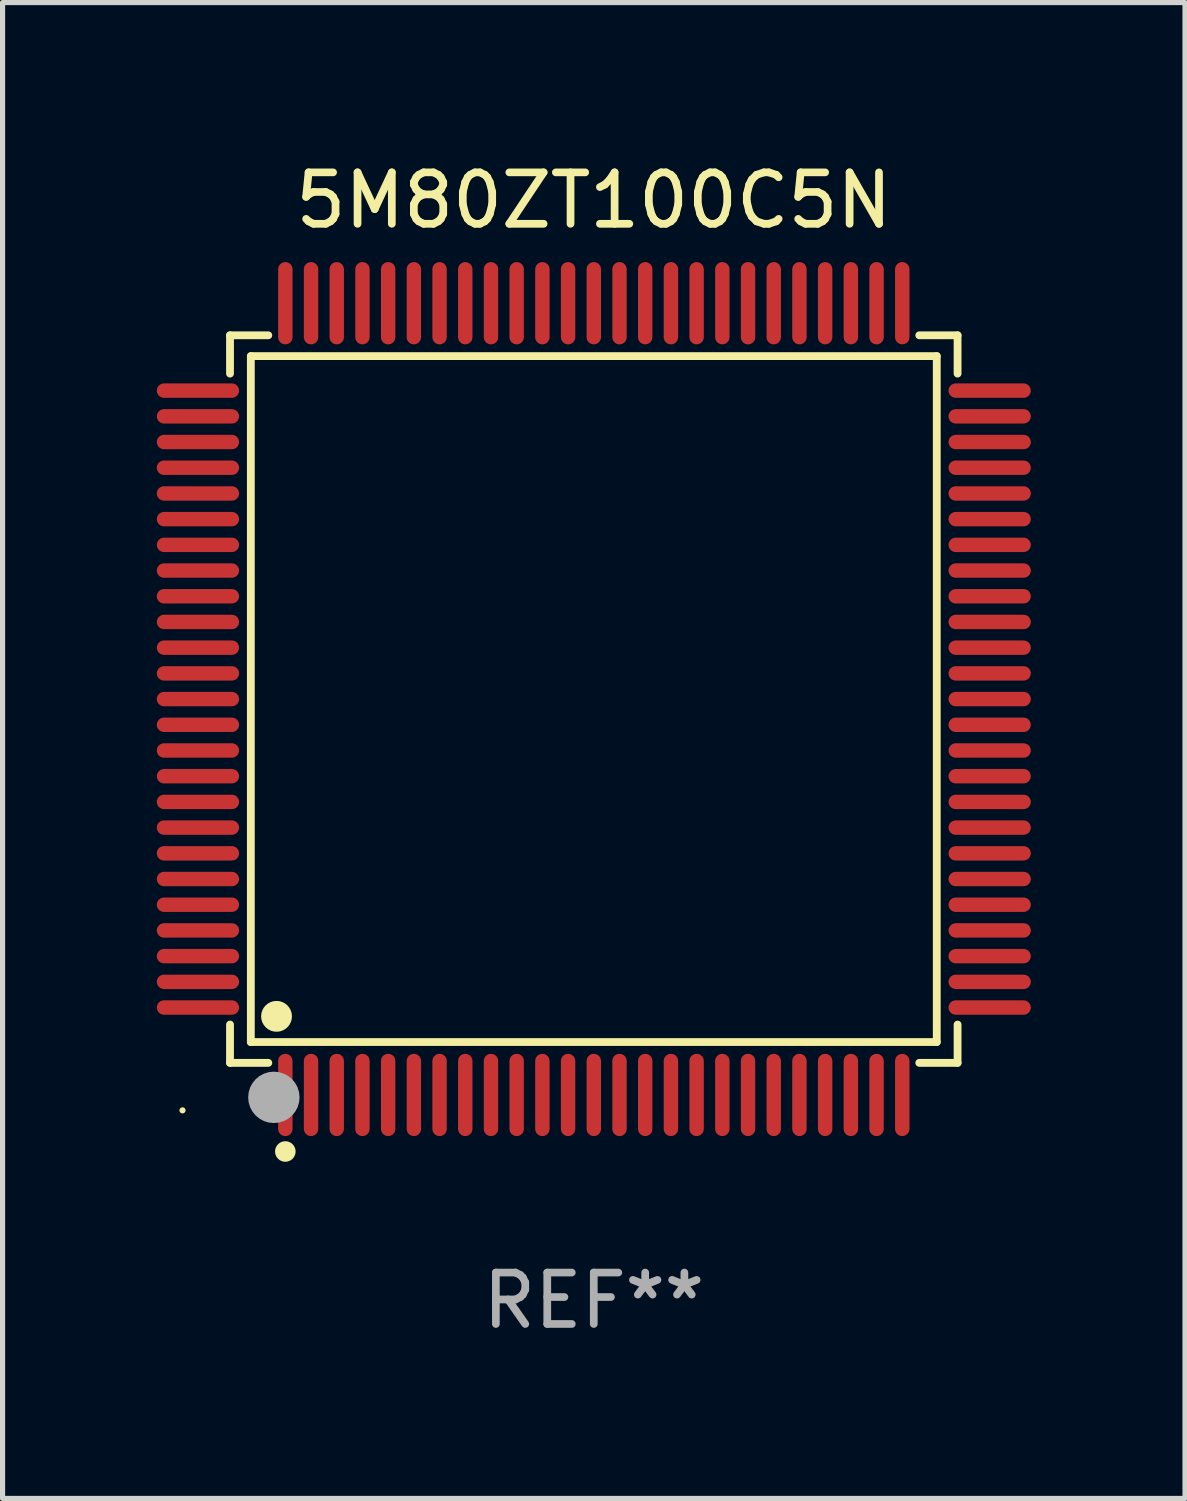
<source format=kicad_pcb>
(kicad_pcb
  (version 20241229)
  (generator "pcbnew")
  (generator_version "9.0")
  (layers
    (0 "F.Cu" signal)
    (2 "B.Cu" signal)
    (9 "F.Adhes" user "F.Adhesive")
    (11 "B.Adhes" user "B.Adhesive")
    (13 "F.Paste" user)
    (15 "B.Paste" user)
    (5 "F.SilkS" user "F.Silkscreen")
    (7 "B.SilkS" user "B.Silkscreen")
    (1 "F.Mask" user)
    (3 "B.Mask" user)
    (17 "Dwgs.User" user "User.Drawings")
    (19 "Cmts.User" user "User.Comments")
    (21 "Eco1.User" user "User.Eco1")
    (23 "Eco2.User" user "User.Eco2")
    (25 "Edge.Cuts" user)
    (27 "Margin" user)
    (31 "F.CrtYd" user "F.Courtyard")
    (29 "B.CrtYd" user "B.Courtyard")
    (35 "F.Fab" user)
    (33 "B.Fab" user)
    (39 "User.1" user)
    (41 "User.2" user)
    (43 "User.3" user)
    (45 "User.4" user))
  (footprint "5M80ZT100C5N"
    (layer "F.Cu")
    (at 8.5 10.548)
    (property "Reference" "5M80ZT100C5N" (at 0 -9.7 0) (layer "F.SilkS") (effects (font (size 1 1) (thickness 0.15))))
    (attr through_hole)
    (fp_line (start -7.076 -7.076) (end -6.331 -7.076) (stroke (width 0.152) (type solid)) (layer "F.SilkS"))
    (fp_line (start -7.076 -6.331) (end -7.076 -7.076) (stroke (width 0.152) (type solid)) (layer "F.SilkS"))
    (fp_line (start -7.076 6.331) (end -7.076 7.076) (stroke (width 0.152) (type solid)) (layer "F.SilkS"))
    (fp_line (start -7.076 7.076) (end -6.331 7.076) (stroke (width 0.152) (type solid)) (layer "F.SilkS"))
    (fp_line (start -6.671 -6.671) (end 6.671 -6.671) (stroke (width 0.152) (type solid)) (layer "F.SilkS"))
    (fp_line (start -6.671 6.671) (end -6.671 -6.671) (stroke (width 0.152) (type solid)) (layer "F.SilkS"))
    (fp_line (start 6.671 -6.671) (end 6.671 6.671) (stroke (width 0.152) (type solid)) (layer "F.SilkS"))
    (fp_line (start 6.671 6.671) (end -6.671 6.671) (stroke (width 0.152) (type solid)) (layer "F.SilkS"))
    (fp_line (start 7.076 -7.076) (end 6.331 -7.076) (stroke (width 0.152) (type solid)) (layer "F.SilkS"))
    (fp_line (start 7.076 -6.331) (end 7.076 -7.076) (stroke (width 0.152) (type solid)) (layer "F.SilkS"))
    (fp_line (start 7.076 6.331) (end 7.076 7.076) (stroke (width 0.152) (type solid)) (layer "F.SilkS"))
    (fp_line (start 7.076 7.076) (end 6.331 7.076) (stroke (width 0.152) (type solid)) (layer "F.SilkS"))
    (fp_circle (center -8 8) (end -7.97 8) (stroke (width 0.06) (type solid)) (fill no) (layer "F.SilkS"))
    (fp_circle (center -6.171 6.171) (end -6.021 6.171) (stroke (width 0.3) (type solid)) (fill no) (layer "F.SilkS"))
    (fp_circle (center -6 8.8) (end -5.9 8.8) (stroke (width 0.2) (type solid)) (fill no) (layer "F.SilkS"))
    (fp_circle (center -6.223 7.747) (end -5.973 7.747) (stroke (width 0.5) (type solid)) (fill no) (layer "F.Fab"))
    (fp_text user "REF**" (at 0 11.7 0) (layer "F.Fab") (effects (font (size 1 1) (thickness 0.15))))
    (pad "1" smd oval (at -6 7.7) (size 0.28 1.6) (layers "F.Cu" "F.Mask" "F.Paste"))
    (pad "2" smd oval (at -5.5 7.7) (size 0.28 1.6) (layers "F.Cu" "F.Mask" "F.Paste"))
    (pad "3" smd oval (at -5 7.7) (size 0.28 1.6) (layers "F.Cu" "F.Mask" "F.Paste"))
    (pad "4" smd oval (at -4.5 7.7) (size 0.28 1.6) (layers "F.Cu" "F.Mask" "F.Paste"))
    (pad "5" smd oval (at -4 7.7) (size 0.28 1.6) (layers "F.Cu" "F.Mask" "F.Paste"))
    (pad "6" smd oval (at -3.5 7.7) (size 0.28 1.6) (layers "F.Cu" "F.Mask" "F.Paste"))
    (pad "7" smd oval (at -3 7.7) (size 0.28 1.6) (layers "F.Cu" "F.Mask" "F.Paste"))
    (pad "8" smd oval (at -2.5 7.7) (size 0.28 1.6) (layers "F.Cu" "F.Mask" "F.Paste"))
    (pad "9" smd oval (at -2 7.7) (size 0.28 1.6) (layers "F.Cu" "F.Mask" "F.Paste"))
    (pad "10" smd oval (at -1.5 7.7) (size 0.28 1.6) (layers "F.Cu" "F.Mask" "F.Paste"))
    (pad "11" smd oval (at -1 7.7) (size 0.28 1.6) (layers "F.Cu" "F.Mask" "F.Paste"))
    (pad "12" smd oval (at -0.5 7.7) (size 0.28 1.6) (layers "F.Cu" "F.Mask" "F.Paste"))
    (pad "13" smd oval (at 0 7.7) (size 0.28 1.6) (layers "F.Cu" "F.Mask" "F.Paste"))
    (pad "14" smd oval (at 0.5 7.7) (size 0.28 1.6) (layers "F.Cu" "F.Mask" "F.Paste"))
    (pad "15" smd oval (at 1 7.7) (size 0.28 1.6) (layers "F.Cu" "F.Mask" "F.Paste"))
    (pad "16" smd oval (at 1.5 7.7) (size 0.28 1.6) (layers "F.Cu" "F.Mask" "F.Paste"))
    (pad "17" smd oval (at 2 7.7) (size 0.28 1.6) (layers "F.Cu" "F.Mask" "F.Paste"))
    (pad "18" smd oval (at 2.5 7.7) (size 0.28 1.6) (layers "F.Cu" "F.Mask" "F.Paste"))
    (pad "19" smd oval (at 3 7.7) (size 0.28 1.6) (layers "F.Cu" "F.Mask" "F.Paste"))
    (pad "20" smd oval (at 3.5 7.7) (size 0.28 1.6) (layers "F.Cu" "F.Mask" "F.Paste"))
    (pad "21" smd oval (at 4 7.7) (size 0.28 1.6) (layers "F.Cu" "F.Mask" "F.Paste"))
    (pad "22" smd oval (at 4.5 7.7) (size 0.28 1.6) (layers "F.Cu" "F.Mask" "F.Paste"))
    (pad "23" smd oval (at 5 7.7) (size 0.28 1.6) (layers "F.Cu" "F.Mask" "F.Paste"))
    (pad "24" smd oval (at 5.5 7.7) (size 0.28 1.6) (layers "F.Cu" "F.Mask" "F.Paste"))
    (pad "25" smd oval (at 6 7.7) (size 0.28 1.6) (layers "F.Cu" "F.Mask" "F.Paste"))
    (pad "26" smd oval (at 7.7 6) (size 1.6 0.28) (layers "F.Cu" "F.Mask" "F.Paste"))
    (pad "27" smd oval (at 7.7 5.5) (size 1.6 0.28) (layers "F.Cu" "F.Mask" "F.Paste"))
    (pad "28" smd oval (at 7.7 5) (size 1.6 0.28) (layers "F.Cu" "F.Mask" "F.Paste"))
    (pad "29" smd oval (at 7.7 4.5) (size 1.6 0.28) (layers "F.Cu" "F.Mask" "F.Paste"))
    (pad "30" smd oval (at 7.7 4) (size 1.6 0.28) (layers "F.Cu" "F.Mask" "F.Paste"))
    (pad "31" smd oval (at 7.7 3.5) (size 1.6 0.28) (layers "F.Cu" "F.Mask" "F.Paste"))
    (pad "32" smd oval (at 7.7 3) (size 1.6 0.28) (layers "F.Cu" "F.Mask" "F.Paste"))
    (pad "33" smd oval (at 7.7 2.5) (size 1.6 0.28) (layers "F.Cu" "F.Mask" "F.Paste"))
    (pad "34" smd oval (at 7.7 2) (size 1.6 0.28) (layers "F.Cu" "F.Mask" "F.Paste"))
    (pad "35" smd oval (at 7.7 1.5) (size 1.6 0.28) (layers "F.Cu" "F.Mask" "F.Paste"))
    (pad "36" smd oval (at 7.7 1) (size 1.6 0.28) (layers "F.Cu" "F.Mask" "F.Paste"))
    (pad "37" smd oval (at 7.7 0.5) (size 1.6 0.28) (layers "F.Cu" "F.Mask" "F.Paste"))
    (pad "38" smd oval (at 7.7 0) (size 1.6 0.28) (layers "F.Cu" "F.Mask" "F.Paste"))
    (pad "39" smd oval (at 7.7 -0.5) (size 1.6 0.28) (layers "F.Cu" "F.Mask" "F.Paste"))
    (pad "40" smd oval (at 7.7 -1) (size 1.6 0.28) (layers "F.Cu" "F.Mask" "F.Paste"))
    (pad "41" smd oval (at 7.7 -1.5) (size 1.6 0.28) (layers "F.Cu" "F.Mask" "F.Paste"))
    (pad "42" smd oval (at 7.7 -2) (size 1.6 0.28) (layers "F.Cu" "F.Mask" "F.Paste"))
    (pad "43" smd oval (at 7.7 -2.5) (size 1.6 0.28) (layers "F.Cu" "F.Mask" "F.Paste"))
    (pad "44" smd oval (at 7.7 -3) (size 1.6 0.28) (layers "F.Cu" "F.Mask" "F.Paste"))
    (pad "45" smd oval (at 7.7 -3.5) (size 1.6 0.28) (layers "F.Cu" "F.Mask" "F.Paste"))
    (pad "46" smd oval (at 7.7 -4) (size 1.6 0.28) (layers "F.Cu" "F.Mask" "F.Paste"))
    (pad "47" smd oval (at 7.7 -4.5) (size 1.6 0.28) (layers "F.Cu" "F.Mask" "F.Paste"))
    (pad "48" smd oval (at 7.7 -5) (size 1.6 0.28) (layers "F.Cu" "F.Mask" "F.Paste"))
    (pad "49" smd oval (at 7.7 -5.5) (size 1.6 0.28) (layers "F.Cu" "F.Mask" "F.Paste"))
    (pad "50" smd oval (at 7.7 -6) (size 1.6 0.28) (layers "F.Cu" "F.Mask" "F.Paste"))
    (pad "51" smd oval (at 6 -7.7) (size 0.28 1.6) (layers "F.Cu" "F.Mask" "F.Paste"))
    (pad "52" smd oval (at 5.5 -7.7) (size 0.28 1.6) (layers "F.Cu" "F.Mask" "F.Paste"))
    (pad "53" smd oval (at 5 -7.7) (size 0.28 1.6) (layers "F.Cu" "F.Mask" "F.Paste"))
    (pad "54" smd oval (at 4.5 -7.7) (size 0.28 1.6) (layers "F.Cu" "F.Mask" "F.Paste"))
    (pad "55" smd oval (at 4 -7.7) (size 0.28 1.6) (layers "F.Cu" "F.Mask" "F.Paste"))
    (pad "56" smd oval (at 3.5 -7.7) (size 0.28 1.6) (layers "F.Cu" "F.Mask" "F.Paste"))
    (pad "57" smd oval (at 3 -7.7) (size 0.28 1.6) (layers "F.Cu" "F.Mask" "F.Paste"))
    (pad "58" smd oval (at 2.5 -7.7) (size 0.28 1.6) (layers "F.Cu" "F.Mask" "F.Paste"))
    (pad "59" smd oval (at 2 -7.7) (size 0.28 1.6) (layers "F.Cu" "F.Mask" "F.Paste"))
    (pad "60" smd oval (at 1.5 -7.7) (size 0.28 1.6) (layers "F.Cu" "F.Mask" "F.Paste"))
    (pad "61" smd oval (at 1 -7.7) (size 0.28 1.6) (layers "F.Cu" "F.Mask" "F.Paste"))
    (pad "62" smd oval (at 0.5 -7.7) (size 0.28 1.6) (layers "F.Cu" "F.Mask" "F.Paste"))
    (pad "63" smd oval (at 0 -7.7) (size 0.28 1.6) (layers "F.Cu" "F.Mask" "F.Paste"))
    (pad "64" smd oval (at -0.5 -7.7) (size 0.28 1.6) (layers "F.Cu" "F.Mask" "F.Paste"))
    (pad "65" smd oval (at -1 -7.7) (size 0.28 1.6) (layers "F.Cu" "F.Mask" "F.Paste"))
    (pad "66" smd oval (at -1.5 -7.7) (size 0.28 1.6) (layers "F.Cu" "F.Mask" "F.Paste"))
    (pad "67" smd oval (at -2 -7.7) (size 0.28 1.6) (layers "F.Cu" "F.Mask" "F.Paste"))
    (pad "68" smd oval (at -2.5 -7.7) (size 0.28 1.6) (layers "F.Cu" "F.Mask" "F.Paste"))
    (pad "69" smd oval (at -3 -7.7) (size 0.28 1.6) (layers "F.Cu" "F.Mask" "F.Paste"))
    (pad "70" smd oval (at -3.5 -7.7) (size 0.28 1.6) (layers "F.Cu" "F.Mask" "F.Paste"))
    (pad "71" smd oval (at -4 -7.7) (size 0.28 1.6) (layers "F.Cu" "F.Mask" "F.Paste"))
    (pad "72" smd oval (at -4.5 -7.7) (size 0.28 1.6) (layers "F.Cu" "F.Mask" "F.Paste"))
    (pad "73" smd oval (at -5 -7.7) (size 0.28 1.6) (layers "F.Cu" "F.Mask" "F.Paste"))
    (pad "74" smd oval (at -5.5 -7.7) (size 0.28 1.6) (layers "F.Cu" "F.Mask" "F.Paste"))
    (pad "75" smd oval (at -6 -7.7) (size 0.28 1.6) (layers "F.Cu" "F.Mask" "F.Paste"))
    (pad "76" smd oval (at -7.7 -6) (size 1.6 0.28) (layers "F.Cu" "F.Mask" "F.Paste"))
    (pad "77" smd oval (at -7.7 -5.5) (size 1.6 0.28) (layers "F.Cu" "F.Mask" "F.Paste"))
    (pad "78" smd oval (at -7.7 -5) (size 1.6 0.28) (layers "F.Cu" "F.Mask" "F.Paste"))
    (pad "79" smd oval (at -7.7 -4.5) (size 1.6 0.28) (layers "F.Cu" "F.Mask" "F.Paste"))
    (pad "80" smd oval (at -7.7 -4) (size 1.6 0.28) (layers "F.Cu" "F.Mask" "F.Paste"))
    (pad "81" smd oval (at -7.7 -3.5) (size 1.6 0.28) (layers "F.Cu" "F.Mask" "F.Paste"))
    (pad "82" smd oval (at -7.7 -3) (size 1.6 0.28) (layers "F.Cu" "F.Mask" "F.Paste"))
    (pad "83" smd oval (at -7.7 -2.5) (size 1.6 0.28) (layers "F.Cu" "F.Mask" "F.Paste"))
    (pad "84" smd oval (at -7.7 -2) (size 1.6 0.28) (layers "F.Cu" "F.Mask" "F.Paste"))
    (pad "85" smd oval (at -7.7 -1.5) (size 1.6 0.28) (layers "F.Cu" "F.Mask" "F.Paste"))
    (pad "86" smd oval (at -7.7 -1) (size 1.6 0.28) (layers "F.Cu" "F.Mask" "F.Paste"))
    (pad "87" smd oval (at -7.7 -0.5) (size 1.6 0.28) (layers "F.Cu" "F.Mask" "F.Paste"))
    (pad "88" smd oval (at -7.7 0) (size 1.6 0.28) (layers "F.Cu" "F.Mask" "F.Paste"))
    (pad "89" smd oval (at -7.7 0.5) (size 1.6 0.28) (layers "F.Cu" "F.Mask" "F.Paste"))
    (pad "90" smd oval (at -7.7 1) (size 1.6 0.28) (layers "F.Cu" "F.Mask" "F.Paste"))
    (pad "91" smd oval (at -7.7 1.5) (size 1.6 0.28) (layers "F.Cu" "F.Mask" "F.Paste"))
    (pad "92" smd oval (at -7.7 2) (size 1.6 0.28) (layers "F.Cu" "F.Mask" "F.Paste"))
    (pad "93" smd oval (at -7.7 2.5) (size 1.6 0.28) (layers "F.Cu" "F.Mask" "F.Paste"))
    (pad "94" smd oval (at -7.7 3) (size 1.6 0.28) (layers "F.Cu" "F.Mask" "F.Paste"))
    (pad "95" smd oval (at -7.7 3.5) (size 1.6 0.28) (layers "F.Cu" "F.Mask" "F.Paste"))
    (pad "96" smd oval (at -7.7 4) (size 1.6 0.28) (layers "F.Cu" "F.Mask" "F.Paste"))
    (pad "97" smd oval (at -7.7 4.5) (size 1.6 0.28) (layers "F.Cu" "F.Mask" "F.Paste"))
    (pad "98" smd oval (at -7.7 5) (size 1.6 0.28) (layers "F.Cu" "F.Mask" "F.Paste"))
    (pad "99" smd oval (at -7.7 5.5) (size 1.6 0.28) (layers "F.Cu" "F.Mask" "F.Paste"))
    (pad "100" smd oval (at -7.7 6) (size 1.6 0.28) (layers "F.Cu" "F.Mask" "F.Paste")))
  (gr_rect
    (start -3 -3)
    (end 20 26.097)
    (stroke (width 0.1) (type default))
    (fill no)
    (layer "Edge.Cuts")))
</source>
